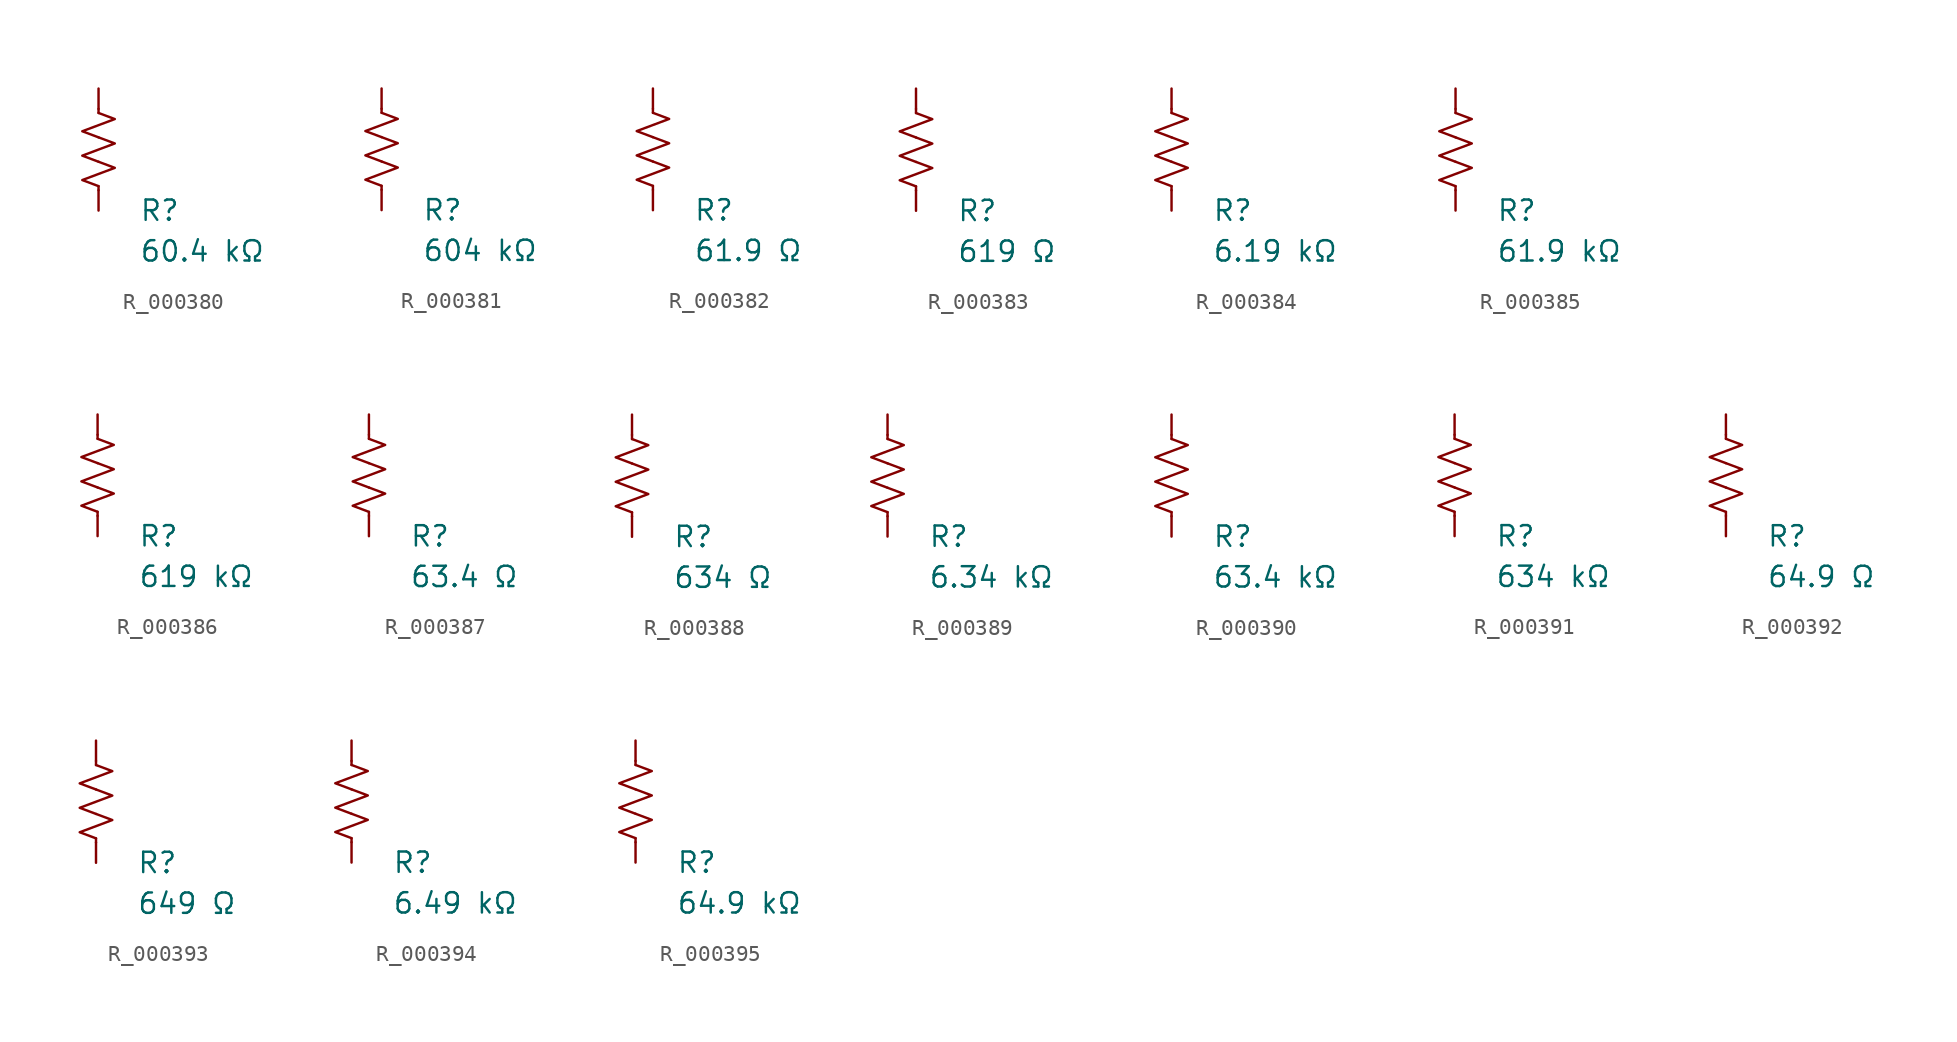
<source format=kicad_sym>
(kicad_symbol_lib
  (version 20231120)
  (generator "kicad_symbol_editor")
  (generator_version "8.0")
  (symbol "R_000380"
    (pin_numbers hide)
    (pin_names
      (offset 0))
    (property "Reference" "R"
      (at 2.54 -3.81 0)
      (effects (font (size 1.27 1.27)) (justify left))
      (show_name no))
    (property "Value" "60.4 kΩ"
      (at 2.54 -6.35 0)
      (effects (font (size 1.27 1.27)) (justify left))
      (show_name no))
    (symbol "R_000380_0_1"
      (polyline (pts (xy 0 -2.286) (xy 0 -2.54)) (stroke (width 0) (type default)) (fill (type none)))
      (polyline (pts (xy 0 2.286) (xy 0 2.54)) (stroke (width 0) (type default)) (fill (type none)))
      (polyline (pts (xy 0 -0.762) (xy 1.016 -1.143) (xy 0 -1.524) (xy -1.016 -1.905) (xy 0 -2.286)) (stroke (width 0) (type default)) (fill (type none)))
      (polyline (pts (xy 0 0.762) (xy 1.016 0.381) (xy 0 0) (xy -1.016 -0.381) (xy 0 -0.762)) (stroke (width 0) (type default)) (fill (type none)))
      (polyline (pts (xy 0 2.286) (xy 1.016 1.905) (xy 0 1.524) (xy -1.016 1.143) (xy 0 0.762)) (stroke (width 0) (type default)) (fill (type none))))
    (symbol "R_000380_1_1"
      (pin passive line (at 0 3.81 270) (length 1.27) (name "~" (effects (font (size 1.27 1.27)))) (number "1" (effects (font (size 1.27 1.27)))))
      (pin passive line (at 0 -3.81 90) (length 1.27) (name "~" (effects (font (size 1.27 1.27)))) (number "2" (effects (font (size 1.27 1.27)))))))
  (symbol "R_000381"
    (pin_numbers hide)
    (pin_names
      (offset 0))
    (property "Reference" "R"
      (at 2.54 -3.81 0)
      (effects (font (size 1.27 1.27)) (justify left))
      (show_name no))
    (property "Value" "604 kΩ"
      (at 2.54 -6.35 0)
      (effects (font (size 1.27 1.27)) (justify left))
      (show_name no))
    (symbol "R_000381_0_1"
      (polyline (pts (xy 0 -2.286) (xy 0 -2.54)) (stroke (width 0) (type default)) (fill (type none)))
      (polyline (pts (xy 0 2.286) (xy 0 2.54)) (stroke (width 0) (type default)) (fill (type none)))
      (polyline (pts (xy 0 -0.762) (xy 1.016 -1.143) (xy 0 -1.524) (xy -1.016 -1.905) (xy 0 -2.286)) (stroke (width 0) (type default)) (fill (type none)))
      (polyline (pts (xy 0 0.762) (xy 1.016 0.381) (xy 0 0) (xy -1.016 -0.381) (xy 0 -0.762)) (stroke (width 0) (type default)) (fill (type none)))
      (polyline (pts (xy 0 2.286) (xy 1.016 1.905) (xy 0 1.524) (xy -1.016 1.143) (xy 0 0.762)) (stroke (width 0) (type default)) (fill (type none))))
    (symbol "R_000381_1_1"
      (pin passive line (at 0 3.81 270) (length 1.27) (name "~" (effects (font (size 1.27 1.27)))) (number "1" (effects (font (size 1.27 1.27)))))
      (pin passive line (at 0 -3.81 90) (length 1.27) (name "~" (effects (font (size 1.27 1.27)))) (number "2" (effects (font (size 1.27 1.27)))))))
  (symbol "R_000382"
    (pin_numbers hide)
    (pin_names
      (offset 0))
    (property "Reference" "R"
      (at 2.54 -3.81 0)
      (effects (font (size 1.27 1.27)) (justify left))
      (show_name no))
    (property "Value" "61.9 Ω"
      (at 2.54 -6.35 0)
      (effects (font (size 1.27 1.27)) (justify left))
      (show_name no))
    (symbol "R_000382_0_1"
      (polyline (pts (xy 0 -2.286) (xy 0 -2.54)) (stroke (width 0) (type default)) (fill (type none)))
      (polyline (pts (xy 0 2.286) (xy 0 2.54)) (stroke (width 0) (type default)) (fill (type none)))
      (polyline (pts (xy 0 -0.762) (xy 1.016 -1.143) (xy 0 -1.524) (xy -1.016 -1.905) (xy 0 -2.286)) (stroke (width 0) (type default)) (fill (type none)))
      (polyline (pts (xy 0 0.762) (xy 1.016 0.381) (xy 0 0) (xy -1.016 -0.381) (xy 0 -0.762)) (stroke (width 0) (type default)) (fill (type none)))
      (polyline (pts (xy 0 2.286) (xy 1.016 1.905) (xy 0 1.524) (xy -1.016 1.143) (xy 0 0.762)) (stroke (width 0) (type default)) (fill (type none))))
    (symbol "R_000382_1_1"
      (pin passive line (at 0 3.81 270) (length 1.27) (name "~" (effects (font (size 1.27 1.27)))) (number "1" (effects (font (size 1.27 1.27)))))
      (pin passive line (at 0 -3.81 90) (length 1.27) (name "~" (effects (font (size 1.27 1.27)))) (number "2" (effects (font (size 1.27 1.27)))))))
  (symbol "R_000383"
    (pin_numbers hide)
    (pin_names
      (offset 0))
    (property "Reference" "R"
      (at 2.54 -3.81 0)
      (effects (font (size 1.27 1.27)) (justify left))
      (show_name no))
    (property "Value" "619 Ω"
      (at 2.54 -6.35 0)
      (effects (font (size 1.27 1.27)) (justify left))
      (show_name no))
    (symbol "R_000383_0_1"
      (polyline (pts (xy 0 -2.286) (xy 0 -2.54)) (stroke (width 0) (type default)) (fill (type none)))
      (polyline (pts (xy 0 2.286) (xy 0 2.54)) (stroke (width 0) (type default)) (fill (type none)))
      (polyline (pts (xy 0 -0.762) (xy 1.016 -1.143) (xy 0 -1.524) (xy -1.016 -1.905) (xy 0 -2.286)) (stroke (width 0) (type default)) (fill (type none)))
      (polyline (pts (xy 0 0.762) (xy 1.016 0.381) (xy 0 0) (xy -1.016 -0.381) (xy 0 -0.762)) (stroke (width 0) (type default)) (fill (type none)))
      (polyline (pts (xy 0 2.286) (xy 1.016 1.905) (xy 0 1.524) (xy -1.016 1.143) (xy 0 0.762)) (stroke (width 0) (type default)) (fill (type none))))
    (symbol "R_000383_1_1"
      (pin passive line (at 0 3.81 270) (length 1.27) (name "~" (effects (font (size 1.27 1.27)))) (number "1" (effects (font (size 1.27 1.27)))))
      (pin passive line (at 0 -3.81 90) (length 1.27) (name "~" (effects (font (size 1.27 1.27)))) (number "2" (effects (font (size 1.27 1.27)))))))
  (symbol "R_000384"
    (pin_numbers hide)
    (pin_names
      (offset 0))
    (property "Reference" "R"
      (at 2.54 -3.81 0)
      (effects (font (size 1.27 1.27)) (justify left))
      (show_name no))
    (property "Value" "6.19 kΩ"
      (at 2.54 -6.35 0)
      (effects (font (size 1.27 1.27)) (justify left))
      (show_name no))
    (symbol "R_000384_0_1"
      (polyline (pts (xy 0 -2.286) (xy 0 -2.54)) (stroke (width 0) (type default)) (fill (type none)))
      (polyline (pts (xy 0 2.286) (xy 0 2.54)) (stroke (width 0) (type default)) (fill (type none)))
      (polyline (pts (xy 0 -0.762) (xy 1.016 -1.143) (xy 0 -1.524) (xy -1.016 -1.905) (xy 0 -2.286)) (stroke (width 0) (type default)) (fill (type none)))
      (polyline (pts (xy 0 0.762) (xy 1.016 0.381) (xy 0 0) (xy -1.016 -0.381) (xy 0 -0.762)) (stroke (width 0) (type default)) (fill (type none)))
      (polyline (pts (xy 0 2.286) (xy 1.016 1.905) (xy 0 1.524) (xy -1.016 1.143) (xy 0 0.762)) (stroke (width 0) (type default)) (fill (type none))))
    (symbol "R_000384_1_1"
      (pin passive line (at 0 3.81 270) (length 1.27) (name "~" (effects (font (size 1.27 1.27)))) (number "1" (effects (font (size 1.27 1.27)))))
      (pin passive line (at 0 -3.81 90) (length 1.27) (name "~" (effects (font (size 1.27 1.27)))) (number "2" (effects (font (size 1.27 1.27)))))))
  (symbol "R_000385"
    (pin_numbers hide)
    (pin_names
      (offset 0))
    (property "Reference" "R"
      (at 2.54 -3.81 0)
      (effects (font (size 1.27 1.27)) (justify left))
      (show_name no))
    (property "Value" "61.9 kΩ"
      (at 2.54 -6.35 0)
      (effects (font (size 1.27 1.27)) (justify left))
      (show_name no))
    (symbol "R_000385_0_1"
      (polyline (pts (xy 0 -2.286) (xy 0 -2.54)) (stroke (width 0) (type default)) (fill (type none)))
      (polyline (pts (xy 0 2.286) (xy 0 2.54)) (stroke (width 0) (type default)) (fill (type none)))
      (polyline (pts (xy 0 -0.762) (xy 1.016 -1.143) (xy 0 -1.524) (xy -1.016 -1.905) (xy 0 -2.286)) (stroke (width 0) (type default)) (fill (type none)))
      (polyline (pts (xy 0 0.762) (xy 1.016 0.381) (xy 0 0) (xy -1.016 -0.381) (xy 0 -0.762)) (stroke (width 0) (type default)) (fill (type none)))
      (polyline (pts (xy 0 2.286) (xy 1.016 1.905) (xy 0 1.524) (xy -1.016 1.143) (xy 0 0.762)) (stroke (width 0) (type default)) (fill (type none))))
    (symbol "R_000385_1_1"
      (pin passive line (at 0 3.81 270) (length 1.27) (name "~" (effects (font (size 1.27 1.27)))) (number "1" (effects (font (size 1.27 1.27)))))
      (pin passive line (at 0 -3.81 90) (length 1.27) (name "~" (effects (font (size 1.27 1.27)))) (number "2" (effects (font (size 1.27 1.27)))))))
  (symbol "R_000386"
    (pin_numbers hide)
    (pin_names
      (offset 0))
    (property "Reference" "R"
      (at 2.54 -3.81 0)
      (effects (font (size 1.27 1.27)) (justify left))
      (show_name no))
    (property "Value" "619 kΩ"
      (at 2.54 -6.35 0)
      (effects (font (size 1.27 1.27)) (justify left))
      (show_name no))
    (symbol "R_000386_0_1"
      (polyline (pts (xy 0 -2.286) (xy 0 -2.54)) (stroke (width 0) (type default)) (fill (type none)))
      (polyline (pts (xy 0 2.286) (xy 0 2.54)) (stroke (width 0) (type default)) (fill (type none)))
      (polyline (pts (xy 0 -0.762) (xy 1.016 -1.143) (xy 0 -1.524) (xy -1.016 -1.905) (xy 0 -2.286)) (stroke (width 0) (type default)) (fill (type none)))
      (polyline (pts (xy 0 0.762) (xy 1.016 0.381) (xy 0 0) (xy -1.016 -0.381) (xy 0 -0.762)) (stroke (width 0) (type default)) (fill (type none)))
      (polyline (pts (xy 0 2.286) (xy 1.016 1.905) (xy 0 1.524) (xy -1.016 1.143) (xy 0 0.762)) (stroke (width 0) (type default)) (fill (type none))))
    (symbol "R_000386_1_1"
      (pin passive line (at 0 3.81 270) (length 1.27) (name "~" (effects (font (size 1.27 1.27)))) (number "1" (effects (font (size 1.27 1.27)))))
      (pin passive line (at 0 -3.81 90) (length 1.27) (name "~" (effects (font (size 1.27 1.27)))) (number "2" (effects (font (size 1.27 1.27)))))))
  (symbol "R_000387"
    (pin_numbers hide)
    (pin_names
      (offset 0))
    (property "Reference" "R"
      (at 2.54 -3.81 0)
      (effects (font (size 1.27 1.27)) (justify left))
      (show_name no))
    (property "Value" "63.4 Ω"
      (at 2.54 -6.35 0)
      (effects (font (size 1.27 1.27)) (justify left))
      (show_name no))
    (symbol "R_000387_0_1"
      (polyline (pts (xy 0 -2.286) (xy 0 -2.54)) (stroke (width 0) (type default)) (fill (type none)))
      (polyline (pts (xy 0 2.286) (xy 0 2.54)) (stroke (width 0) (type default)) (fill (type none)))
      (polyline (pts (xy 0 -0.762) (xy 1.016 -1.143) (xy 0 -1.524) (xy -1.016 -1.905) (xy 0 -2.286)) (stroke (width 0) (type default)) (fill (type none)))
      (polyline (pts (xy 0 0.762) (xy 1.016 0.381) (xy 0 0) (xy -1.016 -0.381) (xy 0 -0.762)) (stroke (width 0) (type default)) (fill (type none)))
      (polyline (pts (xy 0 2.286) (xy 1.016 1.905) (xy 0 1.524) (xy -1.016 1.143) (xy 0 0.762)) (stroke (width 0) (type default)) (fill (type none))))
    (symbol "R_000387_1_1"
      (pin passive line (at 0 3.81 270) (length 1.27) (name "~" (effects (font (size 1.27 1.27)))) (number "1" (effects (font (size 1.27 1.27)))))
      (pin passive line (at 0 -3.81 90) (length 1.27) (name "~" (effects (font (size 1.27 1.27)))) (number "2" (effects (font (size 1.27 1.27)))))))
  (symbol "R_000388"
    (pin_numbers hide)
    (pin_names
      (offset 0))
    (property "Reference" "R"
      (at 2.54 -3.81 0)
      (effects (font (size 1.27 1.27)) (justify left))
      (show_name no))
    (property "Value" "634 Ω"
      (at 2.54 -6.35 0)
      (effects (font (size 1.27 1.27)) (justify left))
      (show_name no))
    (symbol "R_000388_0_1"
      (polyline (pts (xy 0 -2.286) (xy 0 -2.54)) (stroke (width 0) (type default)) (fill (type none)))
      (polyline (pts (xy 0 2.286) (xy 0 2.54)) (stroke (width 0) (type default)) (fill (type none)))
      (polyline (pts (xy 0 -0.762) (xy 1.016 -1.143) (xy 0 -1.524) (xy -1.016 -1.905) (xy 0 -2.286)) (stroke (width 0) (type default)) (fill (type none)))
      (polyline (pts (xy 0 0.762) (xy 1.016 0.381) (xy 0 0) (xy -1.016 -0.381) (xy 0 -0.762)) (stroke (width 0) (type default)) (fill (type none)))
      (polyline (pts (xy 0 2.286) (xy 1.016 1.905) (xy 0 1.524) (xy -1.016 1.143) (xy 0 0.762)) (stroke (width 0) (type default)) (fill (type none))))
    (symbol "R_000388_1_1"
      (pin passive line (at 0 3.81 270) (length 1.27) (name "~" (effects (font (size 1.27 1.27)))) (number "1" (effects (font (size 1.27 1.27)))))
      (pin passive line (at 0 -3.81 90) (length 1.27) (name "~" (effects (font (size 1.27 1.27)))) (number "2" (effects (font (size 1.27 1.27)))))))
  (symbol "R_000389"
    (pin_numbers hide)
    (pin_names
      (offset 0))
    (property "Reference" "R"
      (at 2.54 -3.81 0)
      (effects (font (size 1.27 1.27)) (justify left))
      (show_name no))
    (property "Value" "6.34 kΩ"
      (at 2.54 -6.35 0)
      (effects (font (size 1.27 1.27)) (justify left))
      (show_name no))
    (symbol "R_000389_0_1"
      (polyline (pts (xy 0 -2.286) (xy 0 -2.54)) (stroke (width 0) (type default)) (fill (type none)))
      (polyline (pts (xy 0 2.286) (xy 0 2.54)) (stroke (width 0) (type default)) (fill (type none)))
      (polyline (pts (xy 0 -0.762) (xy 1.016 -1.143) (xy 0 -1.524) (xy -1.016 -1.905) (xy 0 -2.286)) (stroke (width 0) (type default)) (fill (type none)))
      (polyline (pts (xy 0 0.762) (xy 1.016 0.381) (xy 0 0) (xy -1.016 -0.381) (xy 0 -0.762)) (stroke (width 0) (type default)) (fill (type none)))
      (polyline (pts (xy 0 2.286) (xy 1.016 1.905) (xy 0 1.524) (xy -1.016 1.143) (xy 0 0.762)) (stroke (width 0) (type default)) (fill (type none))))
    (symbol "R_000389_1_1"
      (pin passive line (at 0 3.81 270) (length 1.27) (name "~" (effects (font (size 1.27 1.27)))) (number "1" (effects (font (size 1.27 1.27)))))
      (pin passive line (at 0 -3.81 90) (length 1.27) (name "~" (effects (font (size 1.27 1.27)))) (number "2" (effects (font (size 1.27 1.27)))))))
  (symbol "R_000390"
    (pin_numbers hide)
    (pin_names
      (offset 0))
    (property "Reference" "R"
      (at 2.54 -3.81 0)
      (effects (font (size 1.27 1.27)) (justify left))
      (show_name no))
    (property "Value" "63.4 kΩ"
      (at 2.54 -6.35 0)
      (effects (font (size 1.27 1.27)) (justify left))
      (show_name no))
    (symbol "R_000390_0_1"
      (polyline (pts (xy 0 -2.286) (xy 0 -2.54)) (stroke (width 0) (type default)) (fill (type none)))
      (polyline (pts (xy 0 2.286) (xy 0 2.54)) (stroke (width 0) (type default)) (fill (type none)))
      (polyline (pts (xy 0 -0.762) (xy 1.016 -1.143) (xy 0 -1.524) (xy -1.016 -1.905) (xy 0 -2.286)) (stroke (width 0) (type default)) (fill (type none)))
      (polyline (pts (xy 0 0.762) (xy 1.016 0.381) (xy 0 0) (xy -1.016 -0.381) (xy 0 -0.762)) (stroke (width 0) (type default)) (fill (type none)))
      (polyline (pts (xy 0 2.286) (xy 1.016 1.905) (xy 0 1.524) (xy -1.016 1.143) (xy 0 0.762)) (stroke (width 0) (type default)) (fill (type none))))
    (symbol "R_000390_1_1"
      (pin passive line (at 0 3.81 270) (length 1.27) (name "~" (effects (font (size 1.27 1.27)))) (number "1" (effects (font (size 1.27 1.27)))))
      (pin passive line (at 0 -3.81 90) (length 1.27) (name "~" (effects (font (size 1.27 1.27)))) (number "2" (effects (font (size 1.27 1.27)))))))
  (symbol "R_000391"
    (pin_numbers hide)
    (pin_names
      (offset 0))
    (property "Reference" "R"
      (at 2.54 -3.81 0)
      (effects (font (size 1.27 1.27)) (justify left))
      (show_name no))
    (property "Value" "634 kΩ"
      (at 2.54 -6.35 0)
      (effects (font (size 1.27 1.27)) (justify left))
      (show_name no))
    (symbol "R_000391_0_1"
      (polyline (pts (xy 0 -2.286) (xy 0 -2.54)) (stroke (width 0) (type default)) (fill (type none)))
      (polyline (pts (xy 0 2.286) (xy 0 2.54)) (stroke (width 0) (type default)) (fill (type none)))
      (polyline (pts (xy 0 -0.762) (xy 1.016 -1.143) (xy 0 -1.524) (xy -1.016 -1.905) (xy 0 -2.286)) (stroke (width 0) (type default)) (fill (type none)))
      (polyline (pts (xy 0 0.762) (xy 1.016 0.381) (xy 0 0) (xy -1.016 -0.381) (xy 0 -0.762)) (stroke (width 0) (type default)) (fill (type none)))
      (polyline (pts (xy 0 2.286) (xy 1.016 1.905) (xy 0 1.524) (xy -1.016 1.143) (xy 0 0.762)) (stroke (width 0) (type default)) (fill (type none))))
    (symbol "R_000391_1_1"
      (pin passive line (at 0 3.81 270) (length 1.27) (name "~" (effects (font (size 1.27 1.27)))) (number "1" (effects (font (size 1.27 1.27)))))
      (pin passive line (at 0 -3.81 90) (length 1.27) (name "~" (effects (font (size 1.27 1.27)))) (number "2" (effects (font (size 1.27 1.27)))))))
  (symbol "R_000392"
    (pin_numbers hide)
    (pin_names
      (offset 0))
    (property "Reference" "R"
      (at 2.54 -3.81 0)
      (effects (font (size 1.27 1.27)) (justify left))
      (show_name no))
    (property "Value" "64.9 Ω"
      (at 2.54 -6.35 0)
      (effects (font (size 1.27 1.27)) (justify left))
      (show_name no))
    (symbol "R_000392_0_1"
      (polyline (pts (xy 0 -2.286) (xy 0 -2.54)) (stroke (width 0) (type default)) (fill (type none)))
      (polyline (pts (xy 0 2.286) (xy 0 2.54)) (stroke (width 0) (type default)) (fill (type none)))
      (polyline (pts (xy 0 -0.762) (xy 1.016 -1.143) (xy 0 -1.524) (xy -1.016 -1.905) (xy 0 -2.286)) (stroke (width 0) (type default)) (fill (type none)))
      (polyline (pts (xy 0 0.762) (xy 1.016 0.381) (xy 0 0) (xy -1.016 -0.381) (xy 0 -0.762)) (stroke (width 0) (type default)) (fill (type none)))
      (polyline (pts (xy 0 2.286) (xy 1.016 1.905) (xy 0 1.524) (xy -1.016 1.143) (xy 0 0.762)) (stroke (width 0) (type default)) (fill (type none))))
    (symbol "R_000392_1_1"
      (pin passive line (at 0 3.81 270) (length 1.27) (name "~" (effects (font (size 1.27 1.27)))) (number "1" (effects (font (size 1.27 1.27)))))
      (pin passive line (at 0 -3.81 90) (length 1.27) (name "~" (effects (font (size 1.27 1.27)))) (number "2" (effects (font (size 1.27 1.27)))))))
  (symbol "R_000393"
    (pin_numbers hide)
    (pin_names
      (offset 0))
    (property "Reference" "R"
      (at 2.54 -3.81 0)
      (effects (font (size 1.27 1.27)) (justify left))
      (show_name no))
    (property "Value" "649 Ω"
      (at 2.54 -6.35 0)
      (effects (font (size 1.27 1.27)) (justify left))
      (show_name no))
    (symbol "R_000393_0_1"
      (polyline (pts (xy 0 -2.286) (xy 0 -2.54)) (stroke (width 0) (type default)) (fill (type none)))
      (polyline (pts (xy 0 2.286) (xy 0 2.54)) (stroke (width 0) (type default)) (fill (type none)))
      (polyline (pts (xy 0 -0.762) (xy 1.016 -1.143) (xy 0 -1.524) (xy -1.016 -1.905) (xy 0 -2.286)) (stroke (width 0) (type default)) (fill (type none)))
      (polyline (pts (xy 0 0.762) (xy 1.016 0.381) (xy 0 0) (xy -1.016 -0.381) (xy 0 -0.762)) (stroke (width 0) (type default)) (fill (type none)))
      (polyline (pts (xy 0 2.286) (xy 1.016 1.905) (xy 0 1.524) (xy -1.016 1.143) (xy 0 0.762)) (stroke (width 0) (type default)) (fill (type none))))
    (symbol "R_000393_1_1"
      (pin passive line (at 0 3.81 270) (length 1.27) (name "~" (effects (font (size 1.27 1.27)))) (number "1" (effects (font (size 1.27 1.27)))))
      (pin passive line (at 0 -3.81 90) (length 1.27) (name "~" (effects (font (size 1.27 1.27)))) (number "2" (effects (font (size 1.27 1.27)))))))
  (symbol "R_000394"
    (pin_numbers hide)
    (pin_names
      (offset 0))
    (property "Reference" "R"
      (at 2.54 -3.81 0)
      (effects (font (size 1.27 1.27)) (justify left))
      (show_name no))
    (property "Value" "6.49 kΩ"
      (at 2.54 -6.35 0)
      (effects (font (size 1.27 1.27)) (justify left))
      (show_name no))
    (symbol "R_000394_0_1"
      (polyline (pts (xy 0 -2.286) (xy 0 -2.54)) (stroke (width 0) (type default)) (fill (type none)))
      (polyline (pts (xy 0 2.286) (xy 0 2.54)) (stroke (width 0) (type default)) (fill (type none)))
      (polyline (pts (xy 0 -0.762) (xy 1.016 -1.143) (xy 0 -1.524) (xy -1.016 -1.905) (xy 0 -2.286)) (stroke (width 0) (type default)) (fill (type none)))
      (polyline (pts (xy 0 0.762) (xy 1.016 0.381) (xy 0 0) (xy -1.016 -0.381) (xy 0 -0.762)) (stroke (width 0) (type default)) (fill (type none)))
      (polyline (pts (xy 0 2.286) (xy 1.016 1.905) (xy 0 1.524) (xy -1.016 1.143) (xy 0 0.762)) (stroke (width 0) (type default)) (fill (type none))))
    (symbol "R_000394_1_1"
      (pin passive line (at 0 3.81 270) (length 1.27) (name "~" (effects (font (size 1.27 1.27)))) (number "1" (effects (font (size 1.27 1.27)))))
      (pin passive line (at 0 -3.81 90) (length 1.27) (name "~" (effects (font (size 1.27 1.27)))) (number "2" (effects (font (size 1.27 1.27)))))))
  (symbol "R_000395"
    (pin_numbers hide)
    (pin_names
      (offset 0))
    (property "Reference" "R"
      (at 2.54 -3.81 0)
      (effects (font (size 1.27 1.27)) (justify left))
      (show_name no))
    (property "Value" "64.9 kΩ"
      (at 2.54 -6.35 0)
      (effects (font (size 1.27 1.27)) (justify left))
      (show_name no))
    (symbol "R_000395_0_1"
      (polyline (pts (xy 0 -2.286) (xy 0 -2.54)) (stroke (width 0) (type default)) (fill (type none)))
      (polyline (pts (xy 0 2.286) (xy 0 2.54)) (stroke (width 0) (type default)) (fill (type none)))
      (polyline (pts (xy 0 -0.762) (xy 1.016 -1.143) (xy 0 -1.524) (xy -1.016 -1.905) (xy 0 -2.286)) (stroke (width 0) (type default)) (fill (type none)))
      (polyline (pts (xy 0 0.762) (xy 1.016 0.381) (xy 0 0) (xy -1.016 -0.381) (xy 0 -0.762)) (stroke (width 0) (type default)) (fill (type none)))
      (polyline (pts (xy 0 2.286) (xy 1.016 1.905) (xy 0 1.524) (xy -1.016 1.143) (xy 0 0.762)) (stroke (width 0) (type default)) (fill (type none))))
    (symbol "R_000395_1_1"
      (pin passive line (at 0 3.81 270) (length 1.27) (name "~" (effects (font (size 1.27 1.27)))) (number "1" (effects (font (size 1.27 1.27)))))
      (pin passive line (at 0 -3.81 90) (length 1.27) (name "~" (effects (font (size 1.27 1.27)))) (number "2" (effects (font (size 1.27 1.27))))))))
</source>
